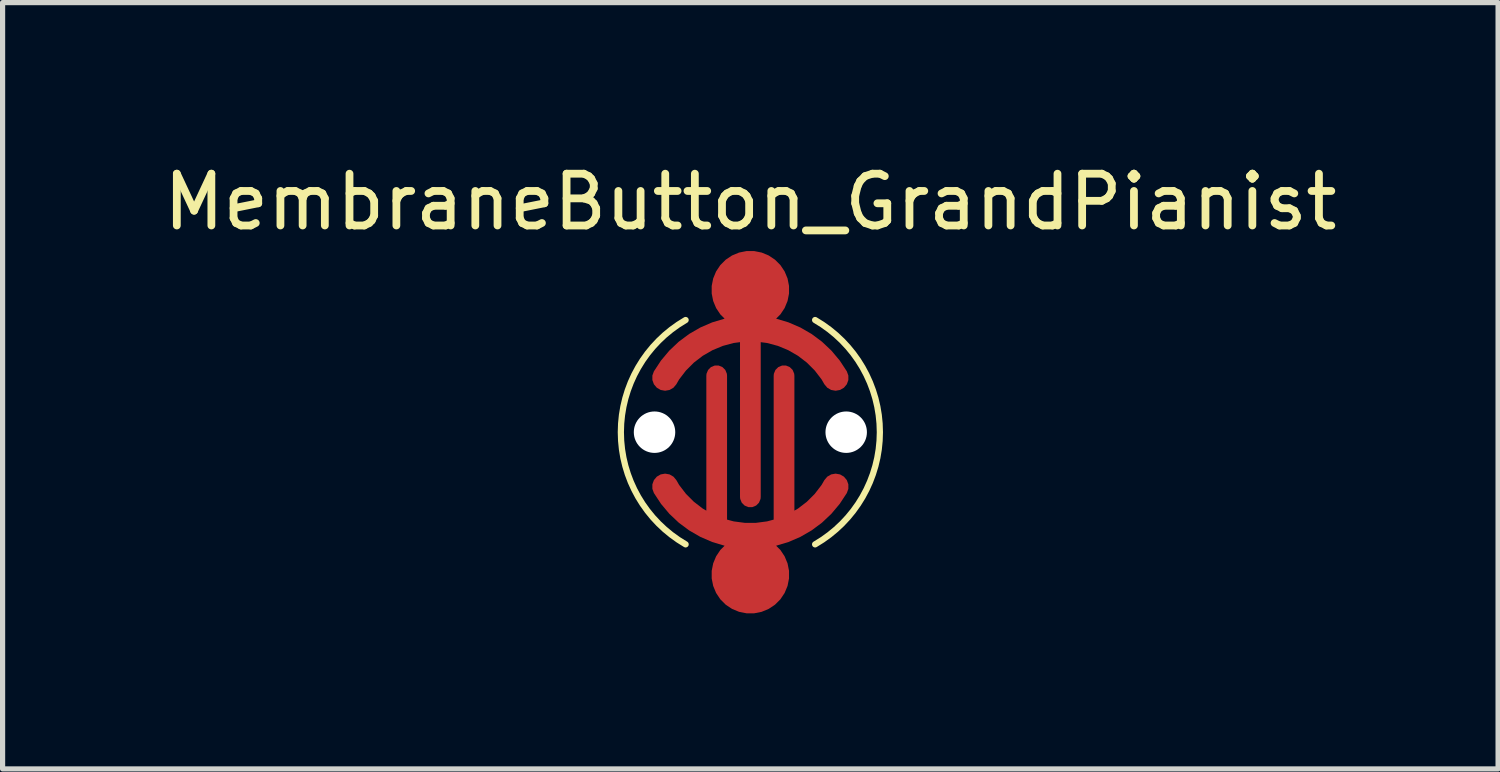
<source format=kicad_pcb>
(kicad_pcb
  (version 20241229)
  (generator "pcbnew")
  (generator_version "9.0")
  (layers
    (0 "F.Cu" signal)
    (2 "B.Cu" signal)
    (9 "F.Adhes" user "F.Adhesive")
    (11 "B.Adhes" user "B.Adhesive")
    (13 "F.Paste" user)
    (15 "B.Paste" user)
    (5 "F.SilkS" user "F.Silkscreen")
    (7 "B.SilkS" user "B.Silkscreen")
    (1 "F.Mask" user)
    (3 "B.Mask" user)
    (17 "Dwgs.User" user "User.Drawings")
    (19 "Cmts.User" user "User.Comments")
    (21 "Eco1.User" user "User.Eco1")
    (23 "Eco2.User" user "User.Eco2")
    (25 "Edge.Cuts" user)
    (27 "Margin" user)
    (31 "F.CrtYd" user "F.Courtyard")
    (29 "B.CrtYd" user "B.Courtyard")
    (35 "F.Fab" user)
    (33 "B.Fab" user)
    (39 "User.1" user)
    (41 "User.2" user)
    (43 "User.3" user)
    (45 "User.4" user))
  (footprint "MembraneButton_GrandPianist"
    (layer "F.Cu")
    (at 11.435 5.293)
    (property "Reference" "MembraneButton_GrandPianist" (at 0 -4.445 0) (layer "F.SilkS") (effects (font (size 1 1) (thickness 0.15))))
    (attr through_hole)
    (fp_arc (start -1.25 2.165063) (mid -2.5 0) (end -1.249999 -2.165063) (stroke (width 0.12) (type solid)) (layer "F.SilkS"))
    (fp_arc (start 1.249999 -2.165063) (mid 2.499999 -0.000001) (end 1.25 2.165062) (stroke (width 0.12) (type solid)) (layer "F.SilkS"))
    (pad "" np_thru_hole circle (at -1.85 0) (size 0.8 0.8) (drill 0.8) (layers "*.Cu" "*.Mask"))
    (pad "" smd circle (at 0 0) (size 4.7 4.7) (layers "F.Mask"))
    (pad "" np_thru_hole circle (at 1.85 0) (size 0.8 0.8) (drill 0.8) (layers "*.Cu" "*.Mask"))
    (pad "1" smd custom (at 0 -2.75) (size 1.5 1.5) (layers "F.Cu" "F.Mask") (options (anchor circle)) (primitives (gr_arc (start -1.645448 1.7) (mid -0.95 1.004552) (end 0 0.75) (width 0.5)) (gr_arc (start 0 0.75) (mid 0.95 1.004552) (end 1.645448 1.7) (width 0.5)) (gr_line (start 0 0.75) (end 0 4) (width 0.4))))
    (pad "2" smd custom (at 0 2.75) (size 1.5 1.5) (layers "F.Cu" "F.Mask") (options (anchor circle)) (primitives (gr_arc (start 0 -0.75) (mid -0.95 -1.004552) (end -1.645448 -1.7) (width 0.5)) (gr_arc (start 1.645448 -1.7) (mid 0.95 -1.004552) (end 0 -0.75) (width 0.5)) (gr_line (start 0.65 -0.84) (end 0.65 -3.84) (width 0.4)) (gr_line (start -0.65 -0.84) (end -0.65 -3.84) (width 0.4)))))
  (gr_rect
    (start -3 -3)
    (end 25.869 11.793)
    (stroke (width 0.1) (type default))
    (fill no)
    (layer "Edge.Cuts")))
</source>
